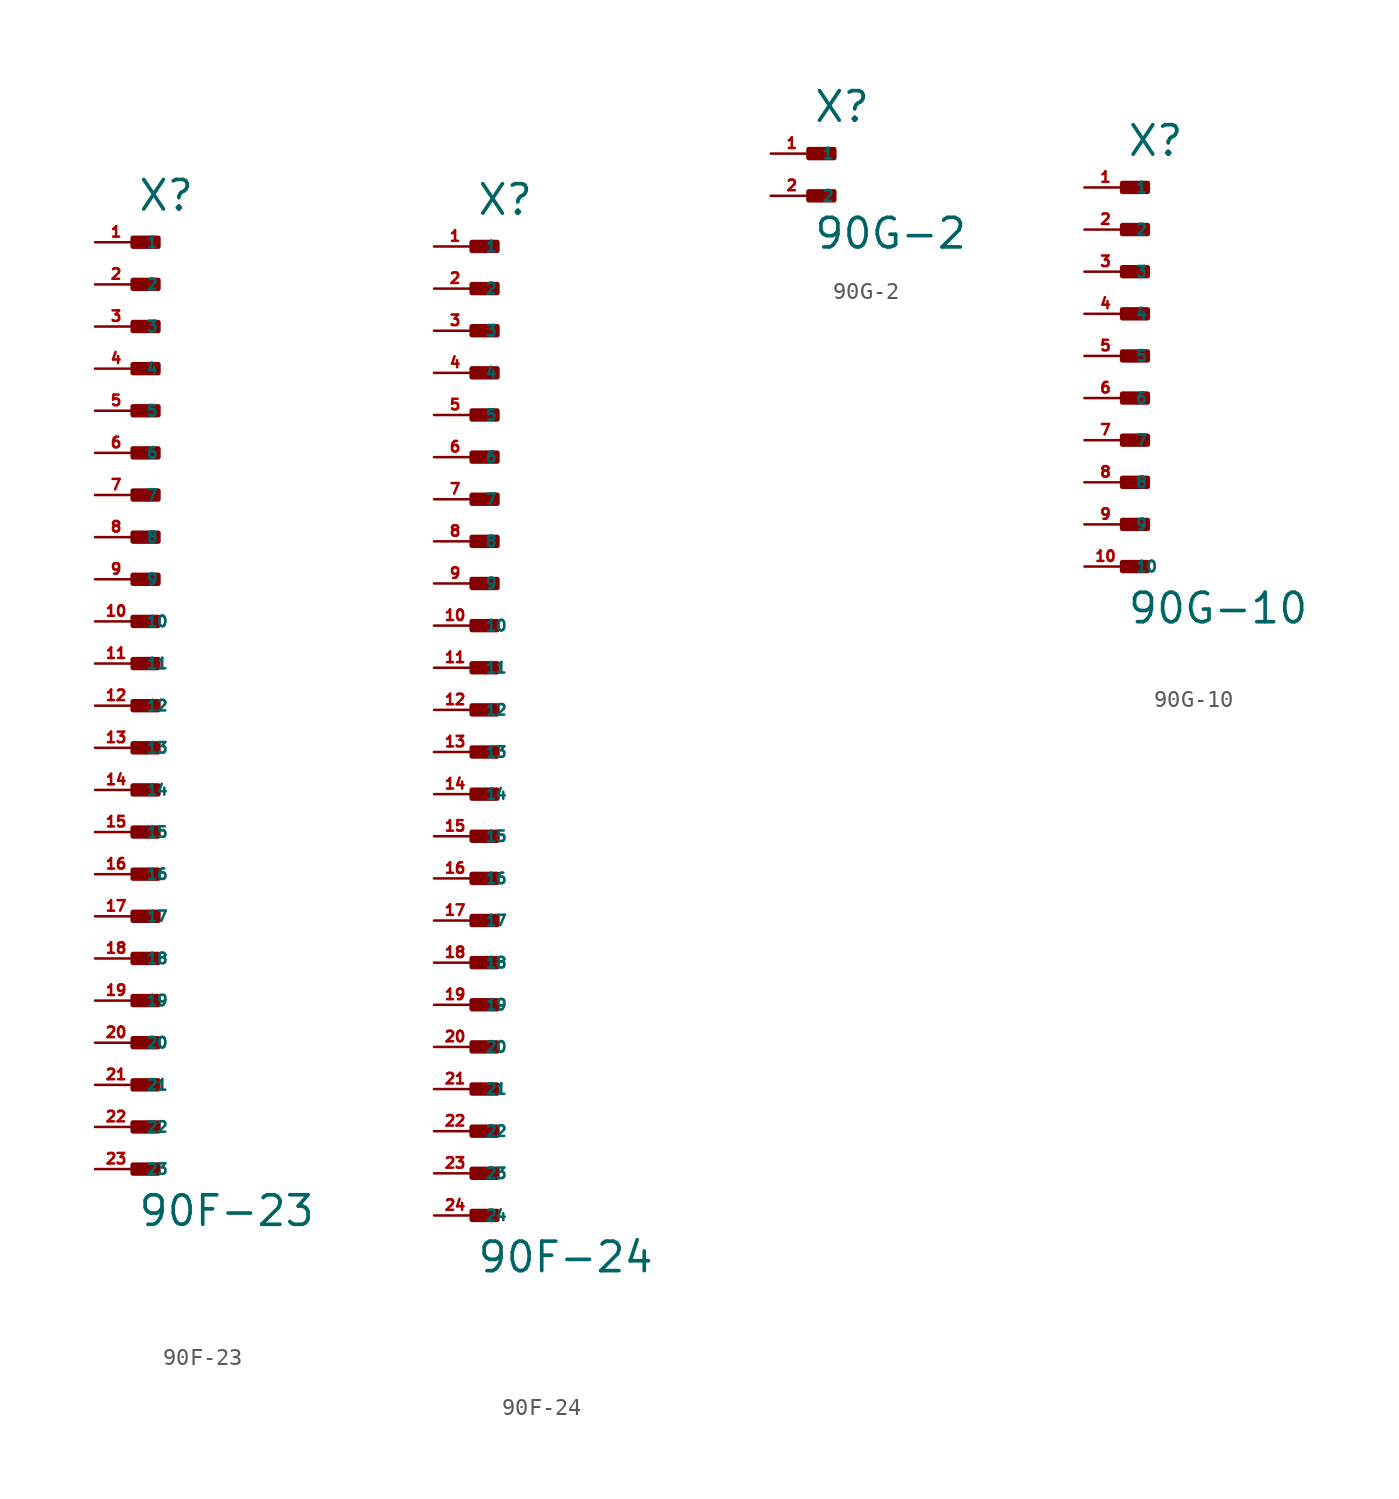
<source format=kicad_sym>
(kicad_symbol_lib
  (version 20220914)
  (generator Eagle2Kicad)
  (symbol "90F-23"
    (property "Reference" "X"
      (at 0 27.178 0)
      (effects (font (size 1.778 1.778) (thickness 0.22)) (justify left bottom)))
    (property "Value" "90F-23"
      (at 0 -34.036 0)
      (effects (font (size 1.778 1.778) (thickness 0.22)) (justify left bottom)))
    (rectangle
      (start -0.254 25.146)
      (end 1.27 25.654)
      (stroke (width 0.3) (type default))
      (fill (type outline)))
    (rectangle
      (start -0.254 22.606)
      (end 1.27 23.114)
      (stroke (width 0.3) (type default))
      (fill (type outline)))
    (rectangle
      (start -0.254 20.066)
      (end 1.27 20.574)
      (stroke (width 0.3) (type default))
      (fill (type outline)))
    (rectangle
      (start -0.254 17.526)
      (end 1.27 18.034)
      (stroke (width 0.3) (type default))
      (fill (type outline)))
    (rectangle
      (start -0.254 14.986)
      (end 1.27 15.494)
      (stroke (width 0.3) (type default))
      (fill (type outline)))
    (rectangle
      (start -0.254 12.446)
      (end 1.27 12.954)
      (stroke (width 0.3) (type default))
      (fill (type outline)))
    (rectangle
      (start -0.254 9.906)
      (end 1.27 10.414)
      (stroke (width 0.3) (type default))
      (fill (type outline)))
    (rectangle
      (start -0.254 7.366)
      (end 1.27 7.874)
      (stroke (width 0.3) (type default))
      (fill (type outline)))
    (rectangle
      (start -0.254 4.826)
      (end 1.27 5.334)
      (stroke (width 0.3) (type default))
      (fill (type outline)))
    (rectangle
      (start -0.254 2.286)
      (end 1.27 2.794)
      (stroke (width 0.3) (type default))
      (fill (type outline)))
    (rectangle
      (start -0.254 -0.254)
      (end 1.27 0.254)
      (stroke (width 0.3) (type default))
      (fill (type outline)))
    (rectangle
      (start -0.254 -2.794)
      (end 1.27 -2.286)
      (stroke (width 0.3) (type default))
      (fill (type outline)))
    (rectangle
      (start -0.254 -5.334)
      (end 1.27 -4.826)
      (stroke (width 0.3) (type default))
      (fill (type outline)))
    (rectangle
      (start -0.254 -7.874)
      (end 1.27 -7.366)
      (stroke (width 0.3) (type default))
      (fill (type outline)))
    (rectangle
      (start -0.254 -10.414)
      (end 1.27 -9.906)
      (stroke (width 0.3) (type default))
      (fill (type outline)))
    (rectangle
      (start -0.254 -12.954)
      (end 1.27 -12.446)
      (stroke (width 0.3) (type default))
      (fill (type outline)))
    (rectangle
      (start -0.254 -15.494)
      (end 1.27 -14.986)
      (stroke (width 0.3) (type default))
      (fill (type outline)))
    (rectangle
      (start -0.254 -18.034)
      (end 1.27 -17.526)
      (stroke (width 0.3) (type default))
      (fill (type outline)))
    (rectangle
      (start -0.254 -20.574)
      (end 1.27 -20.066)
      (stroke (width 0.3) (type default))
      (fill (type outline)))
    (rectangle
      (start -0.254 -23.114)
      (end 1.27 -22.606)
      (stroke (width 0.3) (type default))
      (fill (type outline)))
    (rectangle
      (start -0.254 -25.654)
      (end 1.27 -25.146)
      (stroke (width 0.3) (type default))
      (fill (type outline)))
    (rectangle
      (start -0.254 -28.194)
      (end 1.27 -27.686)
      (stroke (width 0.3) (type default))
      (fill (type outline)))
    (rectangle
      (start -0.254 -30.734)
      (end 1.27 -30.226)
      (stroke (width 0.3) (type default))
      (fill (type outline)))
    (pin passive line
      (at -2.54 25.4 0)
      (length 2.54)
      (name "1" (effects (font (size 0.635 0.635) (thickness 0.08)) (justify left bottom)))
      (number "1" (effects (font (size 0.635 0.635) (thickness 0.08)) (justify left bottom))))
    (pin passive line
      (at -2.54 22.86 0)
      (length 2.54)
      (name "2" (effects (font (size 0.635 0.635) (thickness 0.08)) (justify left bottom)))
      (number "2" (effects (font (size 0.635 0.635) (thickness 0.08)) (justify left bottom))))
    (pin passive line
      (at -2.54 20.32 0)
      (length 2.54)
      (name "3" (effects (font (size 0.635 0.635) (thickness 0.08)) (justify left bottom)))
      (number "3" (effects (font (size 0.635 0.635) (thickness 0.08)) (justify left bottom))))
    (pin passive line
      (at -2.54 17.78 0)
      (length 2.54)
      (name "4" (effects (font (size 0.635 0.635) (thickness 0.08)) (justify left bottom)))
      (number "4" (effects (font (size 0.635 0.635) (thickness 0.08)) (justify left bottom))))
    (pin passive line
      (at -2.54 15.24 0)
      (length 2.54)
      (name "5" (effects (font (size 0.635 0.635) (thickness 0.08)) (justify left bottom)))
      (number "5" (effects (font (size 0.635 0.635) (thickness 0.08)) (justify left bottom))))
    (pin passive line
      (at -2.54 12.7 0)
      (length 2.54)
      (name "6" (effects (font (size 0.635 0.635) (thickness 0.08)) (justify left bottom)))
      (number "6" (effects (font (size 0.635 0.635) (thickness 0.08)) (justify left bottom))))
    (pin passive line
      (at -2.54 10.16 0)
      (length 2.54)
      (name "7" (effects (font (size 0.635 0.635) (thickness 0.08)) (justify left bottom)))
      (number "7" (effects (font (size 0.635 0.635) (thickness 0.08)) (justify left bottom))))
    (pin passive line
      (at -2.54 7.62 0)
      (length 2.54)
      (name "8" (effects (font (size 0.635 0.635) (thickness 0.08)) (justify left bottom)))
      (number "8" (effects (font (size 0.635 0.635) (thickness 0.08)) (justify left bottom))))
    (pin passive line
      (at -2.54 5.08 0)
      (length 2.54)
      (name "9" (effects (font (size 0.635 0.635) (thickness 0.08)) (justify left bottom)))
      (number "9" (effects (font (size 0.635 0.635) (thickness 0.08)) (justify left bottom))))
    (pin passive line
      (at -2.54 2.54 0)
      (length 2.54)
      (name "10" (effects (font (size 0.635 0.635) (thickness 0.08)) (justify left bottom)))
      (number "10" (effects (font (size 0.635 0.635) (thickness 0.08)) (justify left bottom))))
    (pin passive line
      (at -2.54 0 0)
      (length 2.54)
      (name "11" (effects (font (size 0.635 0.635) (thickness 0.08)) (justify left bottom)))
      (number "11" (effects (font (size 0.635 0.635) (thickness 0.08)) (justify left bottom))))
    (pin passive line
      (at -2.54 -2.54 0)
      (length 2.54)
      (name "12" (effects (font (size 0.635 0.635) (thickness 0.08)) (justify left bottom)))
      (number "12" (effects (font (size 0.635 0.635) (thickness 0.08)) (justify left bottom))))
    (pin passive line
      (at -2.54 -5.08 0)
      (length 2.54)
      (name "13" (effects (font (size 0.635 0.635) (thickness 0.08)) (justify left bottom)))
      (number "13" (effects (font (size 0.635 0.635) (thickness 0.08)) (justify left bottom))))
    (pin passive line
      (at -2.54 -7.62 0)
      (length 2.54)
      (name "14" (effects (font (size 0.635 0.635) (thickness 0.08)) (justify left bottom)))
      (number "14" (effects (font (size 0.635 0.635) (thickness 0.08)) (justify left bottom))))
    (pin passive line
      (at -2.54 -10.16 0)
      (length 2.54)
      (name "15" (effects (font (size 0.635 0.635) (thickness 0.08)) (justify left bottom)))
      (number "15" (effects (font (size 0.635 0.635) (thickness 0.08)) (justify left bottom))))
    (pin passive line
      (at -2.54 -12.7 0)
      (length 2.54)
      (name "16" (effects (font (size 0.635 0.635) (thickness 0.08)) (justify left bottom)))
      (number "16" (effects (font (size 0.635 0.635) (thickness 0.08)) (justify left bottom))))
    (pin passive line
      (at -2.54 -15.24 0)
      (length 2.54)
      (name "17" (effects (font (size 0.635 0.635) (thickness 0.08)) (justify left bottom)))
      (number "17" (effects (font (size 0.635 0.635) (thickness 0.08)) (justify left bottom))))
    (pin passive line
      (at -2.54 -17.78 0)
      (length 2.54)
      (name "18" (effects (font (size 0.635 0.635) (thickness 0.08)) (justify left bottom)))
      (number "18" (effects (font (size 0.635 0.635) (thickness 0.08)) (justify left bottom))))
    (pin passive line
      (at -2.54 -20.32 0)
      (length 2.54)
      (name "19" (effects (font (size 0.635 0.635) (thickness 0.08)) (justify left bottom)))
      (number "19" (effects (font (size 0.635 0.635) (thickness 0.08)) (justify left bottom))))
    (pin passive line
      (at -2.54 -22.86 0)
      (length 2.54)
      (name "20" (effects (font (size 0.635 0.635) (thickness 0.08)) (justify left bottom)))
      (number "20" (effects (font (size 0.635 0.635) (thickness 0.08)) (justify left bottom))))
    (pin passive line
      (at -2.54 -25.4 0)
      (length 2.54)
      (name "21" (effects (font (size 0.635 0.635) (thickness 0.08)) (justify left bottom)))
      (number "21" (effects (font (size 0.635 0.635) (thickness 0.08)) (justify left bottom))))
    (pin passive line
      (at -2.54 -27.94 0)
      (length 2.54)
      (name "22" (effects (font (size 0.635 0.635) (thickness 0.08)) (justify left bottom)))
      (number "22" (effects (font (size 0.635 0.635) (thickness 0.08)) (justify left bottom))))
    (pin passive line
      (at -2.54 -30.48 0)
      (length 2.54)
      (name "23" (effects (font (size 0.635 0.635) (thickness 0.08)) (justify left bottom)))
      (number "23" (effects (font (size 0.635 0.635) (thickness 0.08)) (justify left bottom)))))
  (symbol "90F-24"
    (property "Reference" "X"
      (at 0 29.718 0)
      (effects (font (size 1.778 1.778) (thickness 0.22)) (justify left bottom)))
    (property "Value" "90F-24"
      (at 0 -34.036 0)
      (effects (font (size 1.778 1.778) (thickness 0.22)) (justify left bottom)))
    (rectangle
      (start -0.254 27.686)
      (end 1.27 28.194)
      (stroke (width 0.3) (type default))
      (fill (type outline)))
    (rectangle
      (start -0.254 25.146)
      (end 1.27 25.654)
      (stroke (width 0.3) (type default))
      (fill (type outline)))
    (rectangle
      (start -0.254 22.606)
      (end 1.27 23.114)
      (stroke (width 0.3) (type default))
      (fill (type outline)))
    (rectangle
      (start -0.254 20.066)
      (end 1.27 20.574)
      (stroke (width 0.3) (type default))
      (fill (type outline)))
    (rectangle
      (start -0.254 17.526)
      (end 1.27 18.034)
      (stroke (width 0.3) (type default))
      (fill (type outline)))
    (rectangle
      (start -0.254 14.986)
      (end 1.27 15.494)
      (stroke (width 0.3) (type default))
      (fill (type outline)))
    (rectangle
      (start -0.254 12.446)
      (end 1.27 12.954)
      (stroke (width 0.3) (type default))
      (fill (type outline)))
    (rectangle
      (start -0.254 9.906)
      (end 1.27 10.414)
      (stroke (width 0.3) (type default))
      (fill (type outline)))
    (rectangle
      (start -0.254 7.366)
      (end 1.27 7.874)
      (stroke (width 0.3) (type default))
      (fill (type outline)))
    (rectangle
      (start -0.254 4.826)
      (end 1.27 5.334)
      (stroke (width 0.3) (type default))
      (fill (type outline)))
    (rectangle
      (start -0.254 2.286)
      (end 1.27 2.794)
      (stroke (width 0.3) (type default))
      (fill (type outline)))
    (rectangle
      (start -0.254 -0.254)
      (end 1.27 0.254)
      (stroke (width 0.3) (type default))
      (fill (type outline)))
    (rectangle
      (start -0.254 -2.794)
      (end 1.27 -2.286)
      (stroke (width 0.3) (type default))
      (fill (type outline)))
    (rectangle
      (start -0.254 -5.334)
      (end 1.27 -4.826)
      (stroke (width 0.3) (type default))
      (fill (type outline)))
    (rectangle
      (start -0.254 -7.874)
      (end 1.27 -7.366)
      (stroke (width 0.3) (type default))
      (fill (type outline)))
    (rectangle
      (start -0.254 -10.414)
      (end 1.27 -9.906)
      (stroke (width 0.3) (type default))
      (fill (type outline)))
    (rectangle
      (start -0.254 -12.954)
      (end 1.27 -12.446)
      (stroke (width 0.3) (type default))
      (fill (type outline)))
    (rectangle
      (start -0.254 -15.494)
      (end 1.27 -14.986)
      (stroke (width 0.3) (type default))
      (fill (type outline)))
    (rectangle
      (start -0.254 -18.034)
      (end 1.27 -17.526)
      (stroke (width 0.3) (type default))
      (fill (type outline)))
    (rectangle
      (start -0.254 -20.574)
      (end 1.27 -20.066)
      (stroke (width 0.3) (type default))
      (fill (type outline)))
    (rectangle
      (start -0.254 -23.114)
      (end 1.27 -22.606)
      (stroke (width 0.3) (type default))
      (fill (type outline)))
    (rectangle
      (start -0.254 -25.654)
      (end 1.27 -25.146)
      (stroke (width 0.3) (type default))
      (fill (type outline)))
    (rectangle
      (start -0.254 -28.194)
      (end 1.27 -27.686)
      (stroke (width 0.3) (type default))
      (fill (type outline)))
    (rectangle
      (start -0.254 -30.734)
      (end 1.27 -30.226)
      (stroke (width 0.3) (type default))
      (fill (type outline)))
    (pin passive line
      (at -2.54 27.94 0)
      (length 2.54)
      (name "1" (effects (font (size 0.635 0.635) (thickness 0.08)) (justify left bottom)))
      (number "1" (effects (font (size 0.635 0.635) (thickness 0.08)) (justify left bottom))))
    (pin passive line
      (at -2.54 25.4 0)
      (length 2.54)
      (name "2" (effects (font (size 0.635 0.635) (thickness 0.08)) (justify left bottom)))
      (number "2" (effects (font (size 0.635 0.635) (thickness 0.08)) (justify left bottom))))
    (pin passive line
      (at -2.54 22.86 0)
      (length 2.54)
      (name "3" (effects (font (size 0.635 0.635) (thickness 0.08)) (justify left bottom)))
      (number "3" (effects (font (size 0.635 0.635) (thickness 0.08)) (justify left bottom))))
    (pin passive line
      (at -2.54 20.32 0)
      (length 2.54)
      (name "4" (effects (font (size 0.635 0.635) (thickness 0.08)) (justify left bottom)))
      (number "4" (effects (font (size 0.635 0.635) (thickness 0.08)) (justify left bottom))))
    (pin passive line
      (at -2.54 17.78 0)
      (length 2.54)
      (name "5" (effects (font (size 0.635 0.635) (thickness 0.08)) (justify left bottom)))
      (number "5" (effects (font (size 0.635 0.635) (thickness 0.08)) (justify left bottom))))
    (pin passive line
      (at -2.54 15.24 0)
      (length 2.54)
      (name "6" (effects (font (size 0.635 0.635) (thickness 0.08)) (justify left bottom)))
      (number "6" (effects (font (size 0.635 0.635) (thickness 0.08)) (justify left bottom))))
    (pin passive line
      (at -2.54 12.7 0)
      (length 2.54)
      (name "7" (effects (font (size 0.635 0.635) (thickness 0.08)) (justify left bottom)))
      (number "7" (effects (font (size 0.635 0.635) (thickness 0.08)) (justify left bottom))))
    (pin passive line
      (at -2.54 10.16 0)
      (length 2.54)
      (name "8" (effects (font (size 0.635 0.635) (thickness 0.08)) (justify left bottom)))
      (number "8" (effects (font (size 0.635 0.635) (thickness 0.08)) (justify left bottom))))
    (pin passive line
      (at -2.54 7.62 0)
      (length 2.54)
      (name "9" (effects (font (size 0.635 0.635) (thickness 0.08)) (justify left bottom)))
      (number "9" (effects (font (size 0.635 0.635) (thickness 0.08)) (justify left bottom))))
    (pin passive line
      (at -2.54 5.08 0)
      (length 2.54)
      (name "10" (effects (font (size 0.635 0.635) (thickness 0.08)) (justify left bottom)))
      (number "10" (effects (font (size 0.635 0.635) (thickness 0.08)) (justify left bottom))))
    (pin passive line
      (at -2.54 2.54 0)
      (length 2.54)
      (name "11" (effects (font (size 0.635 0.635) (thickness 0.08)) (justify left bottom)))
      (number "11" (effects (font (size 0.635 0.635) (thickness 0.08)) (justify left bottom))))
    (pin passive line
      (at -2.54 0 0)
      (length 2.54)
      (name "12" (effects (font (size 0.635 0.635) (thickness 0.08)) (justify left bottom)))
      (number "12" (effects (font (size 0.635 0.635) (thickness 0.08)) (justify left bottom))))
    (pin passive line
      (at -2.54 -2.54 0)
      (length 2.54)
      (name "13" (effects (font (size 0.635 0.635) (thickness 0.08)) (justify left bottom)))
      (number "13" (effects (font (size 0.635 0.635) (thickness 0.08)) (justify left bottom))))
    (pin passive line
      (at -2.54 -5.08 0)
      (length 2.54)
      (name "14" (effects (font (size 0.635 0.635) (thickness 0.08)) (justify left bottom)))
      (number "14" (effects (font (size 0.635 0.635) (thickness 0.08)) (justify left bottom))))
    (pin passive line
      (at -2.54 -7.62 0)
      (length 2.54)
      (name "15" (effects (font (size 0.635 0.635) (thickness 0.08)) (justify left bottom)))
      (number "15" (effects (font (size 0.635 0.635) (thickness 0.08)) (justify left bottom))))
    (pin passive line
      (at -2.54 -10.16 0)
      (length 2.54)
      (name "16" (effects (font (size 0.635 0.635) (thickness 0.08)) (justify left bottom)))
      (number "16" (effects (font (size 0.635 0.635) (thickness 0.08)) (justify left bottom))))
    (pin passive line
      (at -2.54 -12.7 0)
      (length 2.54)
      (name "17" (effects (font (size 0.635 0.635) (thickness 0.08)) (justify left bottom)))
      (number "17" (effects (font (size 0.635 0.635) (thickness 0.08)) (justify left bottom))))
    (pin passive line
      (at -2.54 -15.24 0)
      (length 2.54)
      (name "18" (effects (font (size 0.635 0.635) (thickness 0.08)) (justify left bottom)))
      (number "18" (effects (font (size 0.635 0.635) (thickness 0.08)) (justify left bottom))))
    (pin passive line
      (at -2.54 -17.78 0)
      (length 2.54)
      (name "19" (effects (font (size 0.635 0.635) (thickness 0.08)) (justify left bottom)))
      (number "19" (effects (font (size 0.635 0.635) (thickness 0.08)) (justify left bottom))))
    (pin passive line
      (at -2.54 -20.32 0)
      (length 2.54)
      (name "20" (effects (font (size 0.635 0.635) (thickness 0.08)) (justify left bottom)))
      (number "20" (effects (font (size 0.635 0.635) (thickness 0.08)) (justify left bottom))))
    (pin passive line
      (at -2.54 -22.86 0)
      (length 2.54)
      (name "21" (effects (font (size 0.635 0.635) (thickness 0.08)) (justify left bottom)))
      (number "21" (effects (font (size 0.635 0.635) (thickness 0.08)) (justify left bottom))))
    (pin passive line
      (at -2.54 -25.4 0)
      (length 2.54)
      (name "22" (effects (font (size 0.635 0.635) (thickness 0.08)) (justify left bottom)))
      (number "22" (effects (font (size 0.635 0.635) (thickness 0.08)) (justify left bottom))))
    (pin passive line
      (at -2.54 -27.94 0)
      (length 2.54)
      (name "23" (effects (font (size 0.635 0.635) (thickness 0.08)) (justify left bottom)))
      (number "23" (effects (font (size 0.635 0.635) (thickness 0.08)) (justify left bottom))))
    (pin passive line
      (at -2.54 -30.48 0)
      (length 2.54)
      (name "24" (effects (font (size 0.635 0.635) (thickness 0.08)) (justify left bottom)))
      (number "24" (effects (font (size 0.635 0.635) (thickness 0.08)) (justify left bottom)))))
  (symbol "90G-2"
    (property "Reference" "X"
      (at 0 1.778 0)
      (effects (font (size 1.778 1.778) (thickness 0.22)) (justify left bottom)))
    (property "Value" "90G-2"
      (at 0 -5.842 0)
      (effects (font (size 1.778 1.778) (thickness 0.22)) (justify left bottom)))
    (rectangle
      (start -0.254 -0.254)
      (end 1.27 0.254)
      (stroke (width 0.3) (type default))
      (fill (type outline)))
    (rectangle
      (start -0.254 -2.794)
      (end 1.27 -2.286)
      (stroke (width 0.3) (type default))
      (fill (type outline)))
    (pin passive line
      (at -2.54 0 0)
      (length 2.54)
      (name "1" (effects (font (size 0.635 0.635) (thickness 0.08)) (justify left bottom)))
      (number "1" (effects (font (size 0.635 0.635) (thickness 0.08)) (justify left bottom))))
    (pin passive line
      (at -2.54 -2.54 0)
      (length 2.54)
      (name "2" (effects (font (size 0.635 0.635) (thickness 0.08)) (justify left bottom)))
      (number "2" (effects (font (size 0.635 0.635) (thickness 0.08)) (justify left bottom)))))
  (symbol "90G-10"
    (property "Reference" "X"
      (at 0 11.938 0)
      (effects (font (size 1.778 1.778) (thickness 0.22)) (justify left bottom)))
    (property "Value" "90G-10"
      (at 0 -16.256 0)
      (effects (font (size 1.778 1.778) (thickness 0.22)) (justify left bottom)))
    (rectangle
      (start -0.254 9.906)
      (end 1.27 10.414)
      (stroke (width 0.3) (type default))
      (fill (type outline)))
    (rectangle
      (start -0.254 7.366)
      (end 1.27 7.874)
      (stroke (width 0.3) (type default))
      (fill (type outline)))
    (rectangle
      (start -0.254 4.826)
      (end 1.27 5.334)
      (stroke (width 0.3) (type default))
      (fill (type outline)))
    (rectangle
      (start -0.254 2.286)
      (end 1.27 2.794)
      (stroke (width 0.3) (type default))
      (fill (type outline)))
    (rectangle
      (start -0.254 -0.254)
      (end 1.27 0.254)
      (stroke (width 0.3) (type default))
      (fill (type outline)))
    (rectangle
      (start -0.254 -2.794)
      (end 1.27 -2.286)
      (stroke (width 0.3) (type default))
      (fill (type outline)))
    (rectangle
      (start -0.254 -5.334)
      (end 1.27 -4.826)
      (stroke (width 0.3) (type default))
      (fill (type outline)))
    (rectangle
      (start -0.254 -7.874)
      (end 1.27 -7.366)
      (stroke (width 0.3) (type default))
      (fill (type outline)))
    (rectangle
      (start -0.254 -10.414)
      (end 1.27 -9.906)
      (stroke (width 0.3) (type default))
      (fill (type outline)))
    (rectangle
      (start -0.254 -12.954)
      (end 1.27 -12.446)
      (stroke (width 0.3) (type default))
      (fill (type outline)))
    (pin passive line
      (at -2.54 10.16 0)
      (length 2.54)
      (name "1" (effects (font (size 0.635 0.635) (thickness 0.08)) (justify left bottom)))
      (number "1" (effects (font (size 0.635 0.635) (thickness 0.08)) (justify left bottom))))
    (pin passive line
      (at -2.54 7.62 0)
      (length 2.54)
      (name "2" (effects (font (size 0.635 0.635) (thickness 0.08)) (justify left bottom)))
      (number "2" (effects (font (size 0.635 0.635) (thickness 0.08)) (justify left bottom))))
    (pin passive line
      (at -2.54 5.08 0)
      (length 2.54)
      (name "3" (effects (font (size 0.635 0.635) (thickness 0.08)) (justify left bottom)))
      (number "3" (effects (font (size 0.635 0.635) (thickness 0.08)) (justify left bottom))))
    (pin passive line
      (at -2.54 2.54 0)
      (length 2.54)
      (name "4" (effects (font (size 0.635 0.635) (thickness 0.08)) (justify left bottom)))
      (number "4" (effects (font (size 0.635 0.635) (thickness 0.08)) (justify left bottom))))
    (pin passive line
      (at -2.54 0 0)
      (length 2.54)
      (name "5" (effects (font (size 0.635 0.635) (thickness 0.08)) (justify left bottom)))
      (number "5" (effects (font (size 0.635 0.635) (thickness 0.08)) (justify left bottom))))
    (pin passive line
      (at -2.54 -2.54 0)
      (length 2.54)
      (name "6" (effects (font (size 0.635 0.635) (thickness 0.08)) (justify left bottom)))
      (number "6" (effects (font (size 0.635 0.635) (thickness 0.08)) (justify left bottom))))
    (pin passive line
      (at -2.54 -5.08 0)
      (length 2.54)
      (name "7" (effects (font (size 0.635 0.635) (thickness 0.08)) (justify left bottom)))
      (number "7" (effects (font (size 0.635 0.635) (thickness 0.08)) (justify left bottom))))
    (pin passive line
      (at -2.54 -7.62 0)
      (length 2.54)
      (name "8" (effects (font (size 0.635 0.635) (thickness 0.08)) (justify left bottom)))
      (number "8" (effects (font (size 0.635 0.635) (thickness 0.08)) (justify left bottom))))
    (pin passive line
      (at -2.54 -10.16 0)
      (length 2.54)
      (name "9" (effects (font (size 0.635 0.635) (thickness 0.08)) (justify left bottom)))
      (number "9" (effects (font (size 0.635 0.635) (thickness 0.08)) (justify left bottom))))
    (pin passive line
      (at -2.54 -12.7 0)
      (length 2.54)
      (name "10" (effects (font (size 0.635 0.635) (thickness 0.08)) (justify left bottom)))
      (number "10" (effects (font (size 0.635 0.635) (thickness 0.08)) (justify left bottom))))))
</source>
